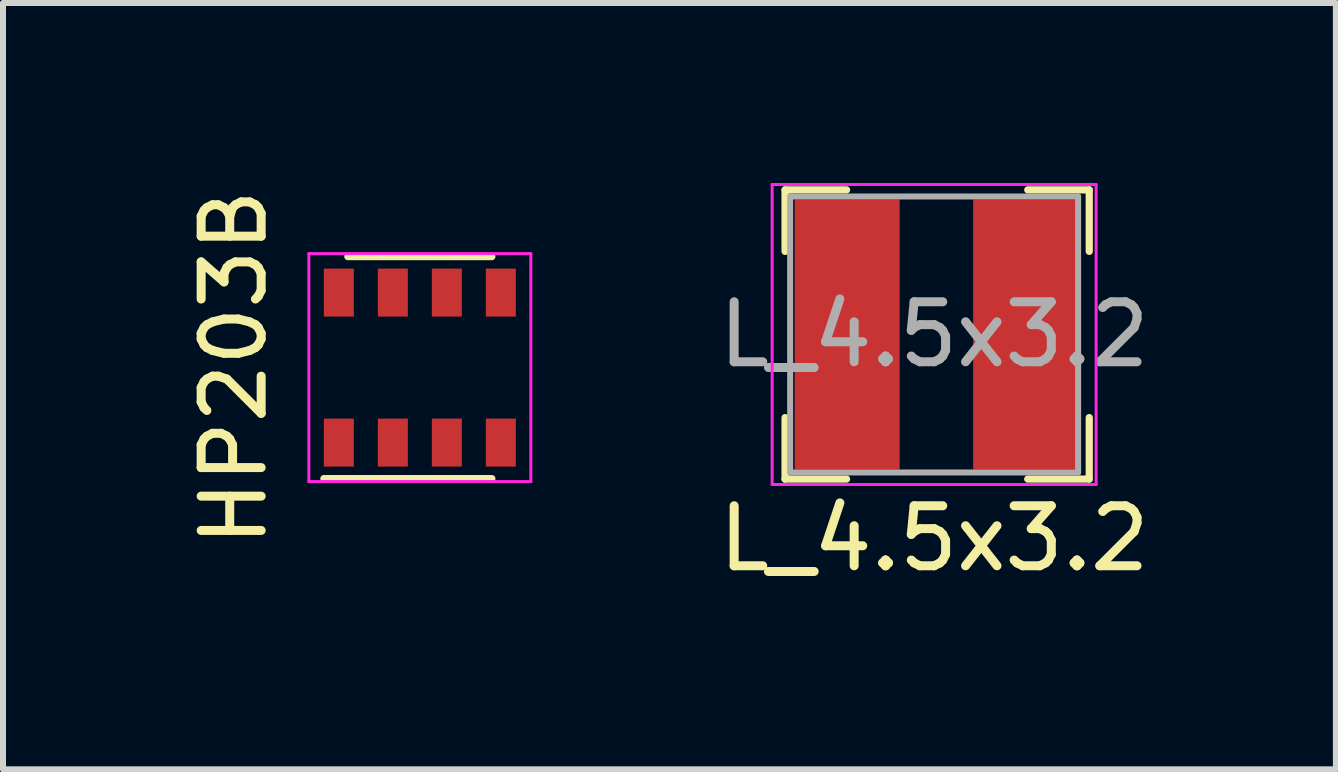
<source format=kicad_pcb>
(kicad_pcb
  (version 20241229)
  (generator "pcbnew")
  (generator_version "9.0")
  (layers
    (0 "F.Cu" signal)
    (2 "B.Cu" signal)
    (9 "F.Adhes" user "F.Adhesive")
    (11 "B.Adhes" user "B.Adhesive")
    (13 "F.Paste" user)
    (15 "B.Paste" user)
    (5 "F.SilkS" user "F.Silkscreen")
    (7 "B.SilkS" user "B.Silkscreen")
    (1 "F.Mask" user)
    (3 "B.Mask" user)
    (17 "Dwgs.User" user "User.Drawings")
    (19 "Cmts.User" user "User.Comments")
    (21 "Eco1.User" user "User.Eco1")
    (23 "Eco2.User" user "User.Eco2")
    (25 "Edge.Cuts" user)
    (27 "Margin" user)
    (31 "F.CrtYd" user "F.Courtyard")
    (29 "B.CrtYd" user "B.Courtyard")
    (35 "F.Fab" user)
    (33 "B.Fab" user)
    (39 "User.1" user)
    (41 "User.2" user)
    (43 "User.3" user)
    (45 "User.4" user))
  (footprint "L_4.5x3.2"
    (layer "F.Cu")
    (at 12.52 2.525)
    (property "Reference" "L_4.5x3.2" (at 0 3.4 0) (layer "F.SilkS") (effects (font (size 1 1) (thickness 0.15))))
    (attr smd)
    (fp_line (start -2.485 -2.41) (end -2.485 -1.385) (stroke (width 0.12) (type solid)) (layer "F.SilkS"))
    (fp_line (start -2.485 -2.41) (end -1.46 -2.41) (stroke (width 0.12) (type solid)) (layer "F.SilkS"))
    (fp_line (start -2.485 2.41) (end -2.485 1.385) (stroke (width 0.12) (type solid)) (layer "F.SilkS"))
    (fp_line (start -2.485 2.41) (end -1.46 2.41) (stroke (width 0.12) (type solid)) (layer "F.SilkS"))
    (fp_line (start 2.585 -2.41) (end 1.56 -2.41) (stroke (width 0.12) (type solid)) (layer "F.SilkS"))
    (fp_line (start 2.585 -2.41) (end 2.585 -1.385) (stroke (width 0.12) (type solid)) (layer "F.SilkS"))
    (fp_line (start 2.585 2.41) (end 1.56 2.41) (stroke (width 0.12) (type solid)) (layer "F.SilkS"))
    (fp_line (start 2.585 2.41) (end 2.585 1.385) (stroke (width 0.12) (type solid)) (layer "F.SilkS"))
    (fp_line (start -2.7 -2.5) (end -2.7 2.5) (stroke (width 0.05) (type solid)) (layer "F.CrtYd"))
    (fp_line (start -2.7 -2.5) (end 2.7 -2.5) (stroke (width 0.05) (type solid)) (layer "F.CrtYd"))
    (fp_line (start -2.7 2.5) (end 2.7 2.5) (stroke (width 0.05) (type solid)) (layer "F.CrtYd"))
    (fp_line (start 2.7 -2.5) (end 2.7 2.5) (stroke (width 0.05) (type solid)) (layer "F.CrtYd"))
    (fp_line (start -2.4 -2.3) (end -2.4 2.3) (stroke (width 0.1) (type solid)) (layer "F.Fab"))
    (fp_line (start -2.4 -2.3) (end 2.4 -2.3) (stroke (width 0.1) (type solid)) (layer "F.Fab"))
    (fp_line (start 2.4 -2.3) (end 2.4 2.3) (stroke (width 0.1) (type solid)) (layer "F.Fab"))
    (fp_line (start 2.4 2.3) (end -2.4 2.3) (stroke (width 0.1) (type solid)) (layer "F.Fab"))
    (fp_text user "${REFERENCE}" (at 0 0 0) (layer "F.Fab") (effects (font (size 1 1) (thickness 0.15))))
    (pad "1" smd rect (at -1.45 0) (size 1.75 4.5) (layers "F.Cu" "F.Mask" "F.Paste"))
    (pad "2" smd rect (at 1.525 0) (size 1.75 4.5) (layers "F.Cu" "F.Mask" "F.Paste")))
  (footprint "HP203B"
    (layer "F.Cu")
    (at 3.948 3.077)
    (property "Reference" "HP203B" (at -3.1 0 90) (layer "F.SilkS") (effects (font (size 1 1) (thickness 0.15))))
    (attr through_hole)
    (fp_line (start -1.2 -1.85) (end 1.2 -1.85) (stroke (width 0.12) (type solid)) (layer "F.SilkS"))
    (fp_line (start 1.2 1.85) (end -1.6 1.85) (stroke (width 0.12) (type solid)) (layer "F.SilkS"))
    (fp_line (start -1.85 -1.9) (end 1.85 -1.9) (stroke (width 0.05) (type solid)) (layer "F.CrtYd"))
    (fp_line (start -1.85 1.9) (end -1.85 -1.9) (stroke (width 0.05) (type solid)) (layer "F.CrtYd"))
    (fp_line (start 1.85 -1.9) (end 1.85 1.9) (stroke (width 0.05) (type solid)) (layer "F.CrtYd"))
    (fp_line (start 1.85 1.9) (end -1.85 1.9) (stroke (width 0.05) (type solid)) (layer "F.CrtYd"))
    (pad "1" smd rect (at -1.35 1.25) (size 0.5 0.8) (layers "F.Cu" "F.Mask" "F.Paste"))
    (pad "2" smd rect (at -0.45 1.25) (size 0.5 0.8) (layers "F.Cu" "F.Mask" "F.Paste"))
    (pad "3" smd rect (at 0.45 1.25) (size 0.5 0.8) (layers "F.Cu" "F.Mask" "F.Paste"))
    (pad "4" smd rect (at 1.35 1.25) (size 0.5 0.8) (layers "F.Cu" "F.Mask" "F.Paste"))
    (pad "5" smd rect (at 1.35 -1.25) (size 0.5 0.8) (layers "F.Cu" "F.Mask" "F.Paste"))
    (pad "6" smd rect (at 0.45 -1.25) (size 0.5 0.8) (layers "F.Cu" "F.Mask" "F.Paste"))
    (pad "7" smd rect (at -0.45 -1.25) (size 0.5 0.8) (layers "F.Cu" "F.Mask" "F.Paste"))
    (pad "8" smd rect (at -1.35 -1.25) (size 0.5 0.8) (layers "F.Cu" "F.Mask" "F.Paste")))
  (gr_rect
    (start -3 -3)
    (end 19.216 9.773)
    (stroke (width 0.1) (type default))
    (fill no)
    (layer "Edge.Cuts")))
</source>
